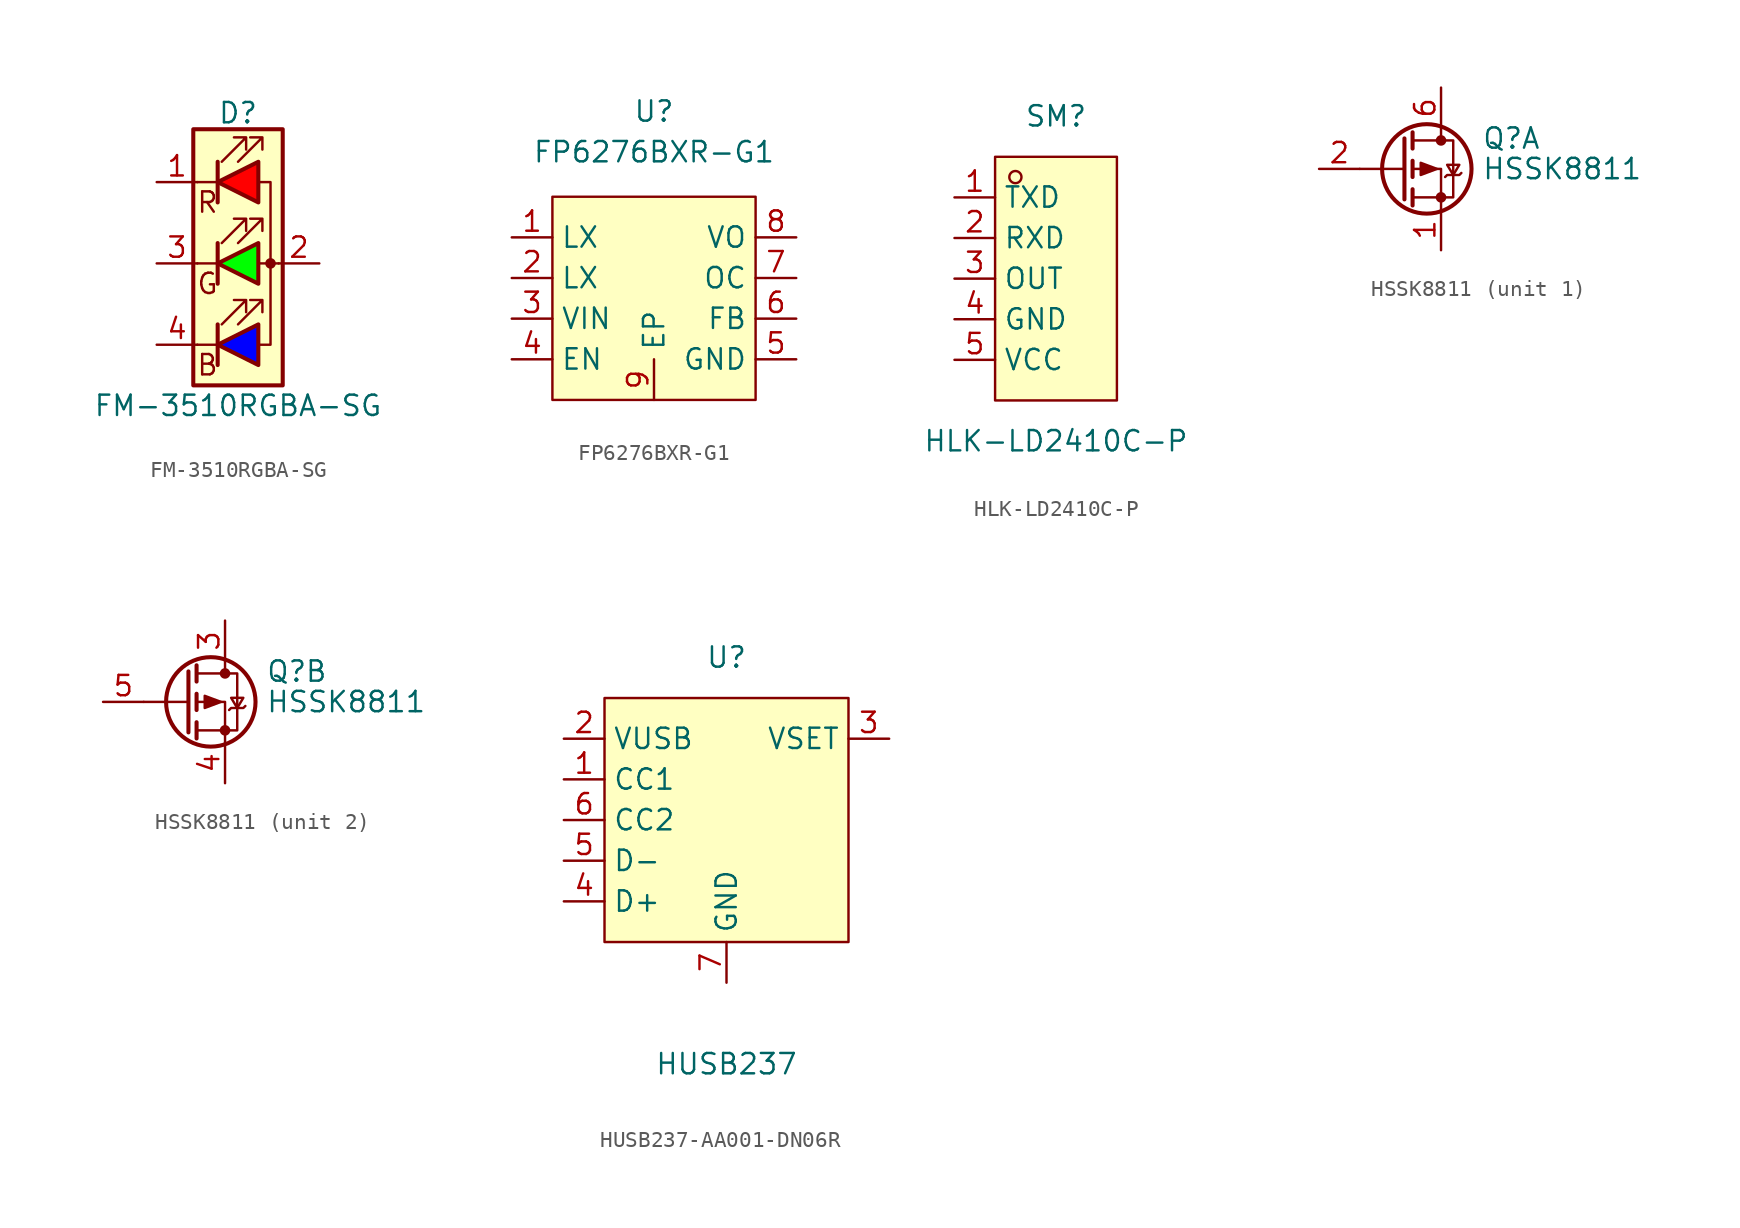
<source format=kicad_sym>
(kicad_symbol_lib
  (version 20231120)
  (generator "kicad_symbol_editor")
  (generator_version "8.0")
  (symbol "FM-3510RGBA-SG"
    (pin_names
      (offset 0) hide)
    (property "Reference" "D"
      (at 0 9.398 0)
      (effects (font (size 1.27 1.27))))
    (property "Value" "FM-3510RGBA-SG"
      (at 0 -8.89 0)
      (effects (font (size 1.27 1.27))))
    (symbol "FM-3510RGBA-SG_0_0"
      (text "B" (at -1.905 -6.35 0) (effects (font (size 1.27 1.27))))
      (text "G" (at -1.905 -1.27 0) (effects (font (size 1.27 1.27))))
      (text "R" (at -1.905 3.81 0) (effects (font (size 1.27 1.27)))))
    (symbol "FM-3510RGBA-SG_0_1"
      (polyline (pts (xy -1.27 -5.08) (xy -2.54 -5.08)) (stroke (width 0) (type default)) (fill (type none)))
      (polyline (pts (xy -1.27 -3.81) (xy -1.27 -6.35)) (stroke (width 0.254) (type default)) (fill (type none)))
      (polyline (pts (xy -1.27 0) (xy -2.54 0)) (stroke (width 0) (type default)) (fill (type none)))
      (polyline (pts (xy -1.27 1.27) (xy -1.27 -1.27)) (stroke (width 0.254) (type default)) (fill (type none)))
      (polyline (pts (xy -1.27 5.08) (xy -2.54 5.08)) (stroke (width 0) (type default)) (fill (type none)))
      (polyline (pts (xy -1.27 6.35) (xy -1.27 3.81)) (stroke (width 0.254) (type default)) (fill (type none)))
      (polyline (pts (xy 1.27 0) (xy 2.54 0)) (stroke (width 0) (type default)) (fill (type none)))
      (polyline (pts (xy -1.27 1.27) (xy -1.27 -1.27) (xy -1.27 -1.27)) (stroke (width 0) (type default)) (fill (type none)))
      (polyline (pts (xy -1.27 6.35) (xy -1.27 3.81) (xy -1.27 3.81)) (stroke (width 0) (type default)) (fill (type none)))
      (polyline (pts (xy 1.27 -5.08) (xy 2.032 -5.08) (xy 2.032 5.08) (xy 1.27 5.08)) (stroke (width 0) (type default)) (fill (type none)))
      (polyline (pts (xy -1.016 -3.81) (xy 0.508 -2.286) (xy -0.254 -2.286) (xy 0.508 -2.286) (xy 0.508 -3.048)) (stroke (width 0) (type default)) (fill (type none)))
      (polyline (pts (xy -1.016 1.27) (xy 0.508 2.794) (xy -0.254 2.794) (xy 0.508 2.794) (xy 0.508 2.032)) (stroke (width 0) (type default)) (fill (type none)))
      (polyline (pts (xy -1.016 6.35) (xy 0.508 7.874) (xy -0.254 7.874) (xy 0.508 7.874) (xy 0.508 7.112)) (stroke (width 0) (type default)) (fill (type none)))
      (polyline (pts (xy 0 -3.81) (xy 1.524 -2.286) (xy 0.762 -2.286) (xy 1.524 -2.286) (xy 1.524 -3.048)) (stroke (width 0) (type default)) (fill (type none)))
      (polyline (pts (xy 0 1.27) (xy 1.524 2.794) (xy 0.762 2.794) (xy 1.524 2.794) (xy 1.524 2.032)) (stroke (width 0) (type default)) (fill (type none)))
      (polyline (pts (xy 0 6.35) (xy 1.524 7.874) (xy 0.762 7.874) (xy 1.524 7.874) (xy 1.524 7.112)) (stroke (width 0) (type default)) (fill (type none)))
      (rectangle (start 1.27 -1.27) (end 1.27 1.27) (stroke (width 0) (type default)) (fill (type none)))
      (rectangle (start 1.27 1.27) (end 1.27 1.27) (stroke (width 0) (type default)) (fill (type none)))
      (rectangle (start 1.27 3.81) (end 1.27 6.35) (stroke (width 0) (type default)) (fill (type none)))
      (rectangle (start 1.27 6.35) (end 1.27 6.35) (stroke (width 0) (type default)) (fill (type none)))
      (circle (center 2.032 0) (radius 0.254) (stroke (width 0) (type default)) (fill (type outline)))
      (rectangle (start 2.794 8.382) (end -2.794 -7.62) (stroke (width 0.254) (type default)) (fill (type background))))
    (symbol "FM-3510RGBA-SG_1_1"
      (polyline (pts (xy 1.27 -3.81) (xy 1.27 -6.35) (xy -1.27 -5.08) (xy 1.27 -3.81)) (stroke (width 0.254) (type default)) (fill (type color) (color 0 0 255 1)))
      (polyline (pts (xy 1.27 1.27) (xy 1.27 -1.27) (xy -1.27 0) (xy 1.27 1.27)) (stroke (width 0.254) (type default)) (fill (type color) (color 0 255 0 1)))
      (polyline (pts (xy 1.27 6.35) (xy 1.27 3.81) (xy -1.27 5.08) (xy 1.27 6.35)) (stroke (width 0.254) (type default)) (fill (type color) (color 255 0 0 1)))
      (pin passive line (at -5.08 5.08 0) (length 2.54) (name "RK" (effects (font (size 1.27 1.27)))) (number "1" (effects (font (size 1.27 1.27)))))
      (pin passive line (at 5.08 0 180) (length 2.54) (name "A" (effects (font (size 1.27 1.27)))) (number "2" (effects (font (size 1.27 1.27)))))
      (pin passive line (at -5.08 0 0) (length 2.54) (name "GK" (effects (font (size 1.27 1.27)))) (number "3" (effects (font (size 1.27 1.27)))))
      (pin passive line (at -5.08 -5.08 0) (length 2.54) (name "BK" (effects (font (size 1.27 1.27)))) (number "4" (effects (font (size 1.27 1.27)))))))
  (symbol "FP6276BXR-G1"
    (property "Reference" "U"
      (at 0 10.414 0)
      (effects (font (size 1.27 1.27))))
    (property "Value" "FP6276BXR-G1"
      (at 0 7.874 0)
      (effects (font (size 1.27 1.27))))
    (symbol "FP6276BXR-G1_0_1"
      (rectangle (start -6.35 5.08) (end 6.35 -7.62) (stroke (width 0) (type default)) (fill (type background))))
    (symbol "FP6276BXR-G1_1_1"
      (pin passive line (at -8.89 2.54 0) (length 2.54) (name "LX" (effects (font (size 1.27 1.27)))) (number "1" (effects (font (size 1.27 1.27)))))
      (pin passive line (at -8.89 0 0) (length 2.54) (name "LX" (effects (font (size 1.27 1.27)))) (number "2" (effects (font (size 1.27 1.27)))))
      (pin power_in line (at -8.89 -2.54 0) (length 2.54) (name "VIN" (effects (font (size 1.27 1.27)))) (number "3" (effects (font (size 1.27 1.27)))))
      (pin passive line (at -8.89 -5.08 0) (length 2.54) (name "EN" (effects (font (size 1.27 1.27)))) (number "4" (effects (font (size 1.27 1.27)))))
      (pin power_in line (at 8.89 -5.08 180) (length 2.54) (name "GND" (effects (font (size 1.27 1.27)))) (number "5" (effects (font (size 1.27 1.27)))))
      (pin passive line (at 8.89 -2.54 180) (length 2.54) (name "FB" (effects (font (size 1.27 1.27)))) (number "6" (effects (font (size 1.27 1.27)))))
      (pin passive line (at 8.89 0 180) (length 2.54) (name "OC" (effects (font (size 1.27 1.27)))) (number "7" (effects (font (size 1.27 1.27)))))
      (pin passive line (at 8.89 2.54 180) (length 2.54) (name "VO" (effects (font (size 1.27 1.27)))) (number "8" (effects (font (size 1.27 1.27)))))
      (pin power_in line (at 0 -7.62 90) (length 2.54) (name "EP" (effects (font (size 1.27 1.27)))) (number "9" (effects (font (size 1.27 1.27)))))))
  (symbol "HLK-LD2410C-P"
    (property "Reference" "SM"
      (at 0 10.16 0)
      (effects (font (size 1.27 1.27))))
    (property "Value" "HLK-LD2410C-P"
      (at 0 -10.16 0)
      (effects (font (size 1.27 1.27))))
    (symbol "HLK-LD2410C-P_0_1"
      (rectangle (start -3.81 7.62) (end 3.81 -7.62) (stroke (width 0) (type default)) (fill (type background)))
      (circle (center -2.54 6.35) (radius 0.38) (stroke (width 0) (type default)) (fill (type none))))
    (symbol "HLK-LD2410C-P_1_1"
      (pin passive line (at -6.35 5.08 0) (length 2.54) (name "TXD" (effects (font (size 1.27 1.27)))) (number "1" (effects (font (size 1.27 1.27)))))
      (pin passive line (at -6.35 2.54 0) (length 2.54) (name "RXD" (effects (font (size 1.27 1.27)))) (number "2" (effects (font (size 1.27 1.27)))))
      (pin passive line (at -6.35 0 0) (length 2.54) (name "OUT" (effects (font (size 1.27 1.27)))) (number "3" (effects (font (size 1.27 1.27)))))
      (pin power_in line (at -6.35 -2.54 0) (length 2.54) (name "GND" (effects (font (size 1.27 1.27)))) (number "4" (effects (font (size 1.27 1.27)))))
      (pin power_in line (at -6.35 -5.08 0) (length 2.54) (name "VCC" (effects (font (size 1.27 1.27)))) (number "5" (effects (font (size 1.27 1.27)))))))
  (symbol "HSSK8811"
    (pin_names hide)
    (property "Reference" "Q"
      (at 5.08 1.905 0)
      (effects (font (size 1.27 1.27)) (justify left)))
    (property "Value" "HSSK8811"
      (at 5.08 0 0)
      (effects (font (size 1.27 1.27)) (justify left)))
    (symbol "HSSK8811_0_1"
      (polyline (pts (xy 0.254 0) (xy -2.54 0)) (stroke (width 0) (type default)) (fill (type none)))
      (polyline (pts (xy 0.254 1.905) (xy 0.254 -1.905)) (stroke (width 0.254) (type default)) (fill (type none)))
      (polyline (pts (xy 0.762 -1.27) (xy 0.762 -2.286)) (stroke (width 0.254) (type default)) (fill (type none)))
      (polyline (pts (xy 0.762 0.508) (xy 0.762 -0.508)) (stroke (width 0.254) (type default)) (fill (type none)))
      (polyline (pts (xy 0.762 2.286) (xy 0.762 1.27)) (stroke (width 0.254) (type default)) (fill (type none)))
      (polyline (pts (xy 2.54 2.54) (xy 2.54 1.778)) (stroke (width 0) (type default)) (fill (type none)))
      (polyline (pts (xy 2.54 -2.54) (xy 2.54 0) (xy 0.762 0)) (stroke (width 0) (type default)) (fill (type none)))
      (polyline (pts (xy 0.762 1.778) (xy 3.302 1.778) (xy 3.302 -1.778) (xy 0.762 -1.778)) (stroke (width 0) (type default)) (fill (type none)))
      (polyline (pts (xy 2.286 0) (xy 1.27 0.381) (xy 1.27 -0.381) (xy 2.286 0)) (stroke (width 0) (type default)) (fill (type outline)))
      (polyline (pts (xy 2.794 -0.508) (xy 2.921 -0.381) (xy 3.683 -0.381) (xy 3.81 -0.254)) (stroke (width 0) (type default)) (fill (type none)))
      (polyline (pts (xy 3.302 -0.381) (xy 2.921 0.254) (xy 3.683 0.254) (xy 3.302 -0.381)) (stroke (width 0) (type default)) (fill (type none)))
      (circle (center 1.651 0) (radius 2.794) (stroke (width 0.254) (type default)) (fill (type none)))
      (circle (center 2.54 -1.778) (radius 0.254) (stroke (width 0) (type default)) (fill (type outline)))
      (circle (center 2.54 1.778) (radius 0.254) (stroke (width 0) (type default)) (fill (type outline))))
    (symbol "HSSK8811_1_1"
      (pin passive line (at 2.54 -5.08 90) (length 2.54) (name "S1" (effects (font (size 1.27 1.27)))) (number "1" (effects (font (size 1.27 1.27)))))
      (pin input line (at -5.08 0 0) (length 2.54) (name "G1" (effects (font (size 1.27 1.27)))) (number "2" (effects (font (size 1.27 1.27)))))
      (pin passive line (at 2.54 5.08 270) (length 2.54) (name "D1" (effects (font (size 1.27 1.27)))) (number "6" (effects (font (size 1.27 1.27))))))
    (symbol "HSSK8811_2_1"
      (pin passive line (at 2.54 5.08 270) (length 2.54) (name "D2" (effects (font (size 1.27 1.27)))) (number "3" (effects (font (size 1.27 1.27)))))
      (pin passive line (at 2.54 -5.08 90) (length 2.54) (name "S2" (effects (font (size 1.27 1.27)))) (number "4" (effects (font (size 1.27 1.27)))))
      (pin input line (at -5.08 0 0) (length 2.54) (name "G2" (effects (font (size 1.27 1.27)))) (number "5" (effects (font (size 1.27 1.27)))))))
  (symbol "HUSB237-AA001-DN06R "
    (property "Reference" "U"
      (at 0 10.16 0)
      (effects (font (size 1.27 1.27))))
    (property "Value" "HUSB237"
      (at 0 -15.24 0)
      (effects (font (size 1.27 1.27))))
    (symbol "HUSB237-AA001-DN06R _0_1"
      (rectangle (start -7.62 7.62) (end 7.62 -7.62) (stroke (width 0) (type default)) (fill (type background)))
      (pin passive line (at -10.16 2.54 0) (length 2.54) (name "CC1" (effects (font (size 1.27 1.27)))) (number "1" (effects (font (size 1.27 1.27)))))
      (pin power_in line (at -10.16 5.08 0) (length 2.54) (name "VUSB" (effects (font (size 1.27 1.27)))) (number "2" (effects (font (size 1.27 1.27)))))
      (pin passive line (at 10.16 5.08 180) (length 2.54) (name "VSET" (effects (font (size 1.27 1.27)))) (number "3" (effects (font (size 1.27 1.27)))))
      (pin passive line (at -10.16 -5.08 0) (length 2.54) (name "D+" (effects (font (size 1.27 1.27)))) (number "4" (effects (font (size 1.27 1.27)))))
      (pin passive line (at -10.16 -2.54 0) (length 2.54) (name "D-" (effects (font (size 1.27 1.27)))) (number "5" (effects (font (size 1.27 1.27)))))
      (pin passive line (at -10.16 0 0) (length 2.54) (name "CC2" (effects (font (size 1.27 1.27)))) (number "6" (effects (font (size 1.27 1.27)))))
      (pin power_in line (at 0 -10.16 90) (length 2.54) (name "GND" (effects (font (size 1.27 1.27)))) (number "7" (effects (font (size 1.27 1.27))))))))
</source>
